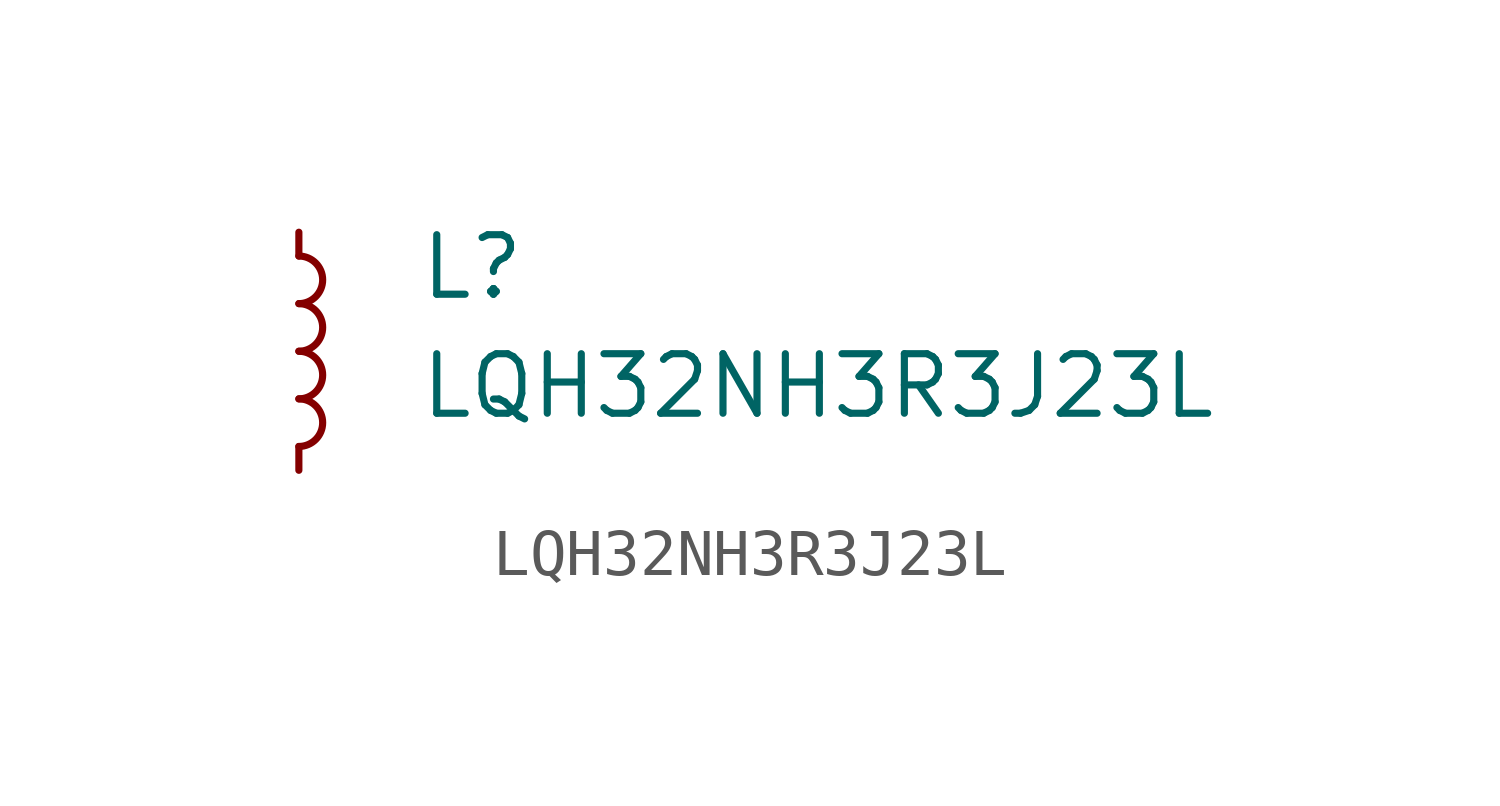
<source format=kicad_sym>
(kicad_symbol_lib
  (version 20241209)
  (generator "kicad_symbol_editor")
  (generator_version "9.0")
  (symbol "LQH32NH3R3J23L"
    (pin_numbers
      (hide yes))
    (pin_names
      (hide yes))
    (property "Reference" "L"
      (at 2.54 0 0)
      (effects (font (size 1.27 1.27)) (justify left top)))
    (property "Value" "LQH32NH3R3J23L"
      (at 2.54 -2.54 0)
      (effects (font (size 1.27 1.27)) (justify left top)))
    (symbol "LQH32NH3R3J23L_0_1"
      (arc (start 0 -0.508) (mid 0.5058 -1.016) (end 0 -1.524) (stroke (width 0) (type default)) (fill (type none)))
      (arc (start 0 -1.524) (mid 0.5058 -2.032) (end 0 -2.54) (stroke (width 0) (type default)) (fill (type none)))
      (arc (start 0 -2.54) (mid 0.5058 -3.048) (end 0 -3.556) (stroke (width 0) (type default)) (fill (type none)))
      (arc (start 0 -3.556) (mid 0.5058 -4.064) (end 0 -4.572) (stroke (width 0) (type default)) (fill (type none))))
    (symbol "LQH32NH3R3J23L_1_1"
      (pin passive line (at 0 0 270) (length 0.508) (name "~" (effects (font (size 1.27 1.27)))) (number "1" (effects (font (size 1.27 1.27)))))
      (pin passive line (at 0 -5.08 90) (length 0.508) (name "~" (effects (font (size 1.27 1.27)))) (number "2" (effects (font (size 1.27 1.27))))))))
</source>
